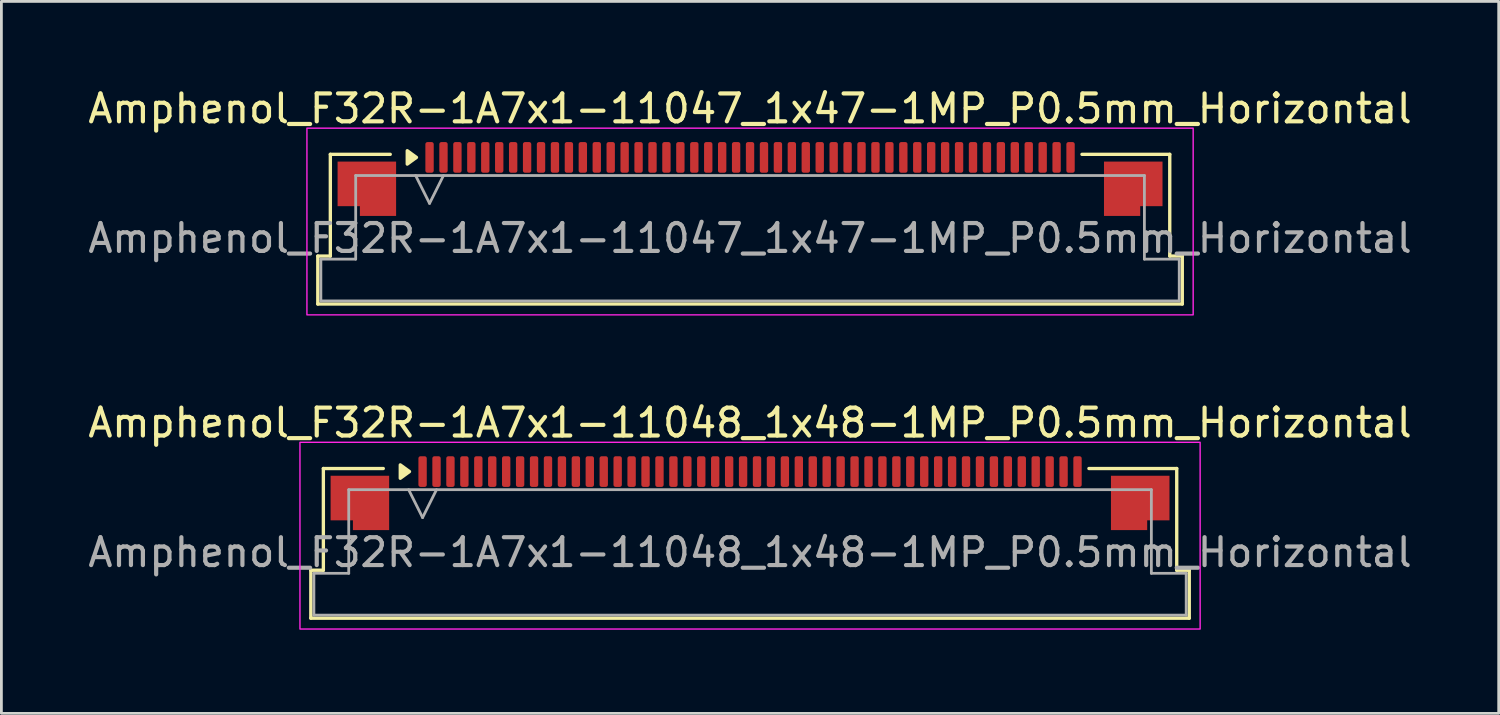
<source format=kicad_pcb>
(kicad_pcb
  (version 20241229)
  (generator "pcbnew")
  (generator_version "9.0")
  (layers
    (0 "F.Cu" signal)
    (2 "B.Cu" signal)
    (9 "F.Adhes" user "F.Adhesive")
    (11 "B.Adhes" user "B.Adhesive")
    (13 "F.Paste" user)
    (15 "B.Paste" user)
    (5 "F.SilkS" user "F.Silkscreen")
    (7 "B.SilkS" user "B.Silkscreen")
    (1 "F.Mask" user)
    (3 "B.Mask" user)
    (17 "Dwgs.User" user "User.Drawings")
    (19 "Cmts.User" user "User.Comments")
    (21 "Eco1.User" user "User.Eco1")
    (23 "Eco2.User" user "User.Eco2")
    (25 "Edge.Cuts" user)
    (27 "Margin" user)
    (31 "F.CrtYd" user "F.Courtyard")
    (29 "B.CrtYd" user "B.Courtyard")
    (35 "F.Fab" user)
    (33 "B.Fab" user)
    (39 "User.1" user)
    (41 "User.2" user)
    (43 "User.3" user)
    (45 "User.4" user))
  (footprint "Amphenol_F32R-1A7x1-11047_1x47-1MP_P0.5mm_Horizontal"
    (layer "F.Cu")
    (at 23.863 5.498)
    (property "Reference" "Amphenol_F32R-1A7x1-11047_1x47-1MP_P0.5mm_Horizontal" (at 0 -4.65 0) (layer "F.SilkS") (effects (font (size 1 1) (thickness 0.15))))
    (attr smd)
    (fp_line (start -15.51 0.64) (end -15.06 0.64) (stroke (width 0.12) (type solid)) (layer "F.SilkS"))
    (fp_line (start -15.51 2.36) (end -15.51 0.64) (stroke (width 0.12) (type solid)) (layer "F.SilkS"))
    (fp_line (start -15.06 -3.01) (end -12.91 -3.01) (stroke (width 0.12) (type solid)) (layer "F.SilkS"))
    (fp_line (start -15.06 0.64) (end -15.06 -3.01) (stroke (width 0.12) (type solid)) (layer "F.SilkS"))
    (fp_line (start 11.91 -3.01) (end 15.06 -3.01) (stroke (width 0.12) (type solid)) (layer "F.SilkS"))
    (fp_line (start 15.06 -3.01) (end 15.06 0.64) (stroke (width 0.12) (type solid)) (layer "F.SilkS"))
    (fp_line (start 15.06 0.64) (end 15.51 0.64) (stroke (width 0.12) (type solid)) (layer "F.SilkS"))
    (fp_line (start 15.51 0.64) (end 15.51 2.36) (stroke (width 0.12) (type solid)) (layer "F.SilkS"))
    (fp_line (start 15.51 2.36) (end -15.51 2.36) (stroke (width 0.12) (type solid)) (layer "F.SilkS"))
    (fp_poly (pts (xy -11.97 -2.9) (xy -12.3 -2.66) (xy -12.3 -3.14)) (stroke (width 0.12) (type solid)) (fill yes) (layer "F.SilkS"))
    (fp_rect (start -15.9 -3.95) (end 15.9 2.75) (stroke (width 0.05) (type solid)) (fill no) (layer "F.CrtYd"))
    (fp_line (start -15.4 0.75) (end -14.15 0.75) (stroke (width 0.1) (type solid)) (layer "F.Fab"))
    (fp_line (start -15.4 2.25) (end -15.4 0.75) (stroke (width 0.1) (type solid)) (layer "F.Fab"))
    (fp_line (start -14.15 -2.25) (end 14.15 -2.25) (stroke (width 0.1) (type solid)) (layer "F.Fab"))
    (fp_line (start -14.15 0.75) (end -14.15 -2.25) (stroke (width 0.1) (type solid)) (layer "F.Fab"))
    (fp_line (start -12 -2.25) (end -11.5 -1.25) (stroke (width 0.1) (type solid)) (layer "F.Fab"))
    (fp_line (start -11.5 -1.25) (end -11 -2.25) (stroke (width 0.1) (type solid)) (layer "F.Fab"))
    (fp_line (start 14.15 -2.25) (end 14.15 0.75) (stroke (width 0.1) (type solid)) (layer "F.Fab"))
    (fp_line (start 14.15 0.75) (end 15.4 0.75) (stroke (width 0.1) (type solid)) (layer "F.Fab"))
    (fp_line (start 15.4 0.75) (end 15.4 2.25) (stroke (width 0.1) (type solid)) (layer "F.Fab"))
    (fp_line (start 15.4 2.25) (end -15.4 2.25) (stroke (width 0.1) (type solid)) (layer "F.Fab"))
    (fp_text user "${REFERENCE}" (at 0 0 0) (layer "F.Fab") (effects (font (size 1 1) (thickness 0.15))))
    (pad "1" smd roundrect (at -11.5 -2.9) (size 0.3 1.1) (layers "F.Cu" "F.Mask" "F.Paste") (roundrect_rratio 0.25))
    (pad "2" smd roundrect (at -11 -2.9) (size 0.3 1.1) (layers "F.Cu" "F.Mask" "F.Paste") (roundrect_rratio 0.25))
    (pad "3" smd roundrect (at -10.5 -2.9) (size 0.3 1.1) (layers "F.Cu" "F.Mask" "F.Paste") (roundrect_rratio 0.25))
    (pad "4" smd roundrect (at -10 -2.9) (size 0.3 1.1) (layers "F.Cu" "F.Mask" "F.Paste") (roundrect_rratio 0.25))
    (pad "5" smd roundrect (at -9.5 -2.9) (size 0.3 1.1) (layers "F.Cu" "F.Mask" "F.Paste") (roundrect_rratio 0.25))
    (pad "6" smd roundrect (at -9 -2.9) (size 0.3 1.1) (layers "F.Cu" "F.Mask" "F.Paste") (roundrect_rratio 0.25))
    (pad "7" smd roundrect (at -8.5 -2.9) (size 0.3 1.1) (layers "F.Cu" "F.Mask" "F.Paste") (roundrect_rratio 0.25))
    (pad "8" smd roundrect (at -8 -2.9) (size 0.3 1.1) (layers "F.Cu" "F.Mask" "F.Paste") (roundrect_rratio 0.25))
    (pad "9" smd roundrect (at -7.5 -2.9) (size 0.3 1.1) (layers "F.Cu" "F.Mask" "F.Paste") (roundrect_rratio 0.25))
    (pad "10" smd roundrect (at -7 -2.9) (size 0.3 1.1) (layers "F.Cu" "F.Mask" "F.Paste") (roundrect_rratio 0.25))
    (pad "11" smd roundrect (at -6.5 -2.9) (size 0.3 1.1) (layers "F.Cu" "F.Mask" "F.Paste") (roundrect_rratio 0.25))
    (pad "12" smd roundrect (at -6 -2.9) (size 0.3 1.1) (layers "F.Cu" "F.Mask" "F.Paste") (roundrect_rratio 0.25))
    (pad "13" smd roundrect (at -5.5 -2.9) (size 0.3 1.1) (layers "F.Cu" "F.Mask" "F.Paste") (roundrect_rratio 0.25))
    (pad "14" smd roundrect (at -5 -2.9) (size 0.3 1.1) (layers "F.Cu" "F.Mask" "F.Paste") (roundrect_rratio 0.25))
    (pad "15" smd roundrect (at -4.5 -2.9) (size 0.3 1.1) (layers "F.Cu" "F.Mask" "F.Paste") (roundrect_rratio 0.25))
    (pad "16" smd roundrect (at -4 -2.9) (size 0.3 1.1) (layers "F.Cu" "F.Mask" "F.Paste") (roundrect_rratio 0.25))
    (pad "17" smd roundrect (at -3.5 -2.9) (size 0.3 1.1) (layers "F.Cu" "F.Mask" "F.Paste") (roundrect_rratio 0.25))
    (pad "18" smd roundrect (at -3 -2.9) (size 0.3 1.1) (layers "F.Cu" "F.Mask" "F.Paste") (roundrect_rratio 0.25))
    (pad "19" smd roundrect (at -2.5 -2.9) (size 0.3 1.1) (layers "F.Cu" "F.Mask" "F.Paste") (roundrect_rratio 0.25))
    (pad "20" smd roundrect (at -2 -2.9) (size 0.3 1.1) (layers "F.Cu" "F.Mask" "F.Paste") (roundrect_rratio 0.25))
    (pad "21" smd roundrect (at -1.5 -2.9) (size 0.3 1.1) (layers "F.Cu" "F.Mask" "F.Paste") (roundrect_rratio 0.25))
    (pad "22" smd roundrect (at -1 -2.9) (size 0.3 1.1) (layers "F.Cu" "F.Mask" "F.Paste") (roundrect_rratio 0.25))
    (pad "23" smd roundrect (at -0.5 -2.9) (size 0.3 1.1) (layers "F.Cu" "F.Mask" "F.Paste") (roundrect_rratio 0.25))
    (pad "24" smd roundrect (at 0 -2.9) (size 0.3 1.1) (layers "F.Cu" "F.Mask" "F.Paste") (roundrect_rratio 0.25))
    (pad "25" smd roundrect (at 0.5 -2.9) (size 0.3 1.1) (layers "F.Cu" "F.Mask" "F.Paste") (roundrect_rratio 0.25))
    (pad "26" smd roundrect (at 1 -2.9) (size 0.3 1.1) (layers "F.Cu" "F.Mask" "F.Paste") (roundrect_rratio 0.25))
    (pad "27" smd roundrect (at 1.5 -2.9) (size 0.3 1.1) (layers "F.Cu" "F.Mask" "F.Paste") (roundrect_rratio 0.25))
    (pad "28" smd roundrect (at 2 -2.9) (size 0.3 1.1) (layers "F.Cu" "F.Mask" "F.Paste") (roundrect_rratio 0.25))
    (pad "29" smd roundrect (at 2.5 -2.9) (size 0.3 1.1) (layers "F.Cu" "F.Mask" "F.Paste") (roundrect_rratio 0.25))
    (pad "30" smd roundrect (at 3 -2.9) (size 0.3 1.1) (layers "F.Cu" "F.Mask" "F.Paste") (roundrect_rratio 0.25))
    (pad "31" smd roundrect (at 3.5 -2.9) (size 0.3 1.1) (layers "F.Cu" "F.Mask" "F.Paste") (roundrect_rratio 0.25))
    (pad "32" smd roundrect (at 4 -2.9) (size 0.3 1.1) (layers "F.Cu" "F.Mask" "F.Paste") (roundrect_rratio 0.25))
    (pad "33" smd roundrect (at 4.5 -2.9) (size 0.3 1.1) (layers "F.Cu" "F.Mask" "F.Paste") (roundrect_rratio 0.25))
    (pad "34" smd roundrect (at 5 -2.9) (size 0.3 1.1) (layers "F.Cu" "F.Mask" "F.Paste") (roundrect_rratio 0.25))
    (pad "35" smd roundrect (at 5.5 -2.9) (size 0.3 1.1) (layers "F.Cu" "F.Mask" "F.Paste") (roundrect_rratio 0.25))
    (pad "36" smd roundrect (at 6 -2.9) (size 0.3 1.1) (layers "F.Cu" "F.Mask" "F.Paste") (roundrect_rratio 0.25))
    (pad "37" smd roundrect (at 6.5 -2.9) (size 0.3 1.1) (layers "F.Cu" "F.Mask" "F.Paste") (roundrect_rratio 0.25))
    (pad "38" smd roundrect (at 7 -2.9) (size 0.3 1.1) (layers "F.Cu" "F.Mask" "F.Paste") (roundrect_rratio 0.25))
    (pad "39" smd roundrect (at 7.5 -2.9) (size 0.3 1.1) (layers "F.Cu" "F.Mask" "F.Paste") (roundrect_rratio 0.25))
    (pad "40" smd roundrect (at 8 -2.9) (size 0.3 1.1) (layers "F.Cu" "F.Mask" "F.Paste") (roundrect_rratio 0.25))
    (pad "41" smd roundrect (at 8.5 -2.9) (size 0.3 1.1) (layers "F.Cu" "F.Mask" "F.Paste") (roundrect_rratio 0.25))
    (pad "42" smd roundrect (at 9 -2.9) (size 0.3 1.1) (layers "F.Cu" "F.Mask" "F.Paste") (roundrect_rratio 0.25))
    (pad "43" smd roundrect (at 9.5 -2.9) (size 0.3 1.1) (layers "F.Cu" "F.Mask" "F.Paste") (roundrect_rratio 0.25))
    (pad "44" smd roundrect (at 10 -2.9) (size 0.3 1.1) (layers "F.Cu" "F.Mask" "F.Paste") (roundrect_rratio 0.25))
    (pad "45" smd roundrect (at 10.5 -2.9) (size 0.3 1.1) (layers "F.Cu" "F.Mask" "F.Paste") (roundrect_rratio 0.25))
    (pad "46" smd roundrect (at 11 -2.9) (size 0.3 1.1) (layers "F.Cu" "F.Mask" "F.Paste") (roundrect_rratio 0.25))
    (pad "47" smd roundrect (at 11.5 -2.9) (size 0.3 1.1) (layers "F.Cu" "F.Mask" "F.Paste") (roundrect_rratio 0.25))
    (pad "MP" smd custom (at -13.75 -1.775) (size 1 1) (layers "F.Cu" "F.Mask" "F.Paste") (options (anchor circle)) (primitives (gr_poly (pts (xy 1.05 -0.975) (xy 1.05 0.975) (xy -0.25 0.975) (xy -0.25 0.625) (xy -1.05 0.625) (xy -1.05 -0.975)) (width 0) (fill yes))))
    (pad "MP" smd custom (at 13.75 -1.775) (size 1 1) (layers "F.Cu" "F.Mask" "F.Paste") (options (anchor circle)) (primitives (gr_poly (pts (xy -1.05 -0.975) (xy -1.05 0.975) (xy 0.25 0.975) (xy 0.25 0.625) (xy 1.05 0.625) (xy 1.05 -0.975)) (width 0) (fill yes)))))
  (footprint "Amphenol_F32R-1A7x1-11048_1x48-1MP_P0.5mm_Horizontal"
    (layer "F.Cu")
    (at 23.863 16.771)
    (property "Reference" "Amphenol_F32R-1A7x1-11048_1x48-1MP_P0.5mm_Horizontal" (at 0 -4.65 0) (layer "F.SilkS") (effects (font (size 1 1) (thickness 0.15))))
    (attr smd)
    (fp_line (start -15.76 0.64) (end -15.31 0.64) (stroke (width 0.12) (type solid)) (layer "F.SilkS"))
    (fp_line (start -15.76 2.36) (end -15.76 0.64) (stroke (width 0.12) (type solid)) (layer "F.SilkS"))
    (fp_line (start -15.31 -3.01) (end -13.16 -3.01) (stroke (width 0.12) (type solid)) (layer "F.SilkS"))
    (fp_line (start -15.31 0.64) (end -15.31 -3.01) (stroke (width 0.12) (type solid)) (layer "F.SilkS"))
    (fp_line (start 12.16 -3.01) (end 15.31 -3.01) (stroke (width 0.12) (type solid)) (layer "F.SilkS"))
    (fp_line (start 15.31 -3.01) (end 15.31 0.64) (stroke (width 0.12) (type solid)) (layer "F.SilkS"))
    (fp_line (start 15.31 0.64) (end 15.76 0.64) (stroke (width 0.12) (type solid)) (layer "F.SilkS"))
    (fp_line (start 15.76 0.64) (end 15.76 2.36) (stroke (width 0.12) (type solid)) (layer "F.SilkS"))
    (fp_line (start 15.76 2.36) (end -15.76 2.36) (stroke (width 0.12) (type solid)) (layer "F.SilkS"))
    (fp_poly (pts (xy -12.22 -2.9) (xy -12.55 -2.66) (xy -12.55 -3.14)) (stroke (width 0.12) (type solid)) (fill yes) (layer "F.SilkS"))
    (fp_rect (start -16.15 -3.95) (end 16.15 2.75) (stroke (width 0.05) (type solid)) (fill no) (layer "F.CrtYd"))
    (fp_line (start -15.65 0.75) (end -14.4 0.75) (stroke (width 0.1) (type solid)) (layer "F.Fab"))
    (fp_line (start -15.65 2.25) (end -15.65 0.75) (stroke (width 0.1) (type solid)) (layer "F.Fab"))
    (fp_line (start -14.4 -2.25) (end 14.4 -2.25) (stroke (width 0.1) (type solid)) (layer "F.Fab"))
    (fp_line (start -14.4 0.75) (end -14.4 -2.25) (stroke (width 0.1) (type solid)) (layer "F.Fab"))
    (fp_line (start -12.25 -2.25) (end -11.75 -1.25) (stroke (width 0.1) (type solid)) (layer "F.Fab"))
    (fp_line (start -11.75 -1.25) (end -11.25 -2.25) (stroke (width 0.1) (type solid)) (layer "F.Fab"))
    (fp_line (start 14.4 -2.25) (end 14.4 0.75) (stroke (width 0.1) (type solid)) (layer "F.Fab"))
    (fp_line (start 14.4 0.75) (end 15.65 0.75) (stroke (width 0.1) (type solid)) (layer "F.Fab"))
    (fp_line (start 15.65 0.75) (end 15.65 2.25) (stroke (width 0.1) (type solid)) (layer "F.Fab"))
    (fp_line (start 15.65 2.25) (end -15.65 2.25) (stroke (width 0.1) (type solid)) (layer "F.Fab"))
    (fp_text user "${REFERENCE}" (at 0 0 0) (layer "F.Fab") (effects (font (size 1 1) (thickness 0.15))))
    (pad "1" smd roundrect (at -11.75 -2.9) (size 0.3 1.1) (layers "F.Cu" "F.Mask" "F.Paste") (roundrect_rratio 0.25))
    (pad "2" smd roundrect (at -11.25 -2.9) (size 0.3 1.1) (layers "F.Cu" "F.Mask" "F.Paste") (roundrect_rratio 0.25))
    (pad "3" smd roundrect (at -10.75 -2.9) (size 0.3 1.1) (layers "F.Cu" "F.Mask" "F.Paste") (roundrect_rratio 0.25))
    (pad "4" smd roundrect (at -10.25 -2.9) (size 0.3 1.1) (layers "F.Cu" "F.Mask" "F.Paste") (roundrect_rratio 0.25))
    (pad "5" smd roundrect (at -9.75 -2.9) (size 0.3 1.1) (layers "F.Cu" "F.Mask" "F.Paste") (roundrect_rratio 0.25))
    (pad "6" smd roundrect (at -9.25 -2.9) (size 0.3 1.1) (layers "F.Cu" "F.Mask" "F.Paste") (roundrect_rratio 0.25))
    (pad "7" smd roundrect (at -8.75 -2.9) (size 0.3 1.1) (layers "F.Cu" "F.Mask" "F.Paste") (roundrect_rratio 0.25))
    (pad "8" smd roundrect (at -8.25 -2.9) (size 0.3 1.1) (layers "F.Cu" "F.Mask" "F.Paste") (roundrect_rratio 0.25))
    (pad "9" smd roundrect (at -7.75 -2.9) (size 0.3 1.1) (layers "F.Cu" "F.Mask" "F.Paste") (roundrect_rratio 0.25))
    (pad "10" smd roundrect (at -7.25 -2.9) (size 0.3 1.1) (layers "F.Cu" "F.Mask" "F.Paste") (roundrect_rratio 0.25))
    (pad "11" smd roundrect (at -6.75 -2.9) (size 0.3 1.1) (layers "F.Cu" "F.Mask" "F.Paste") (roundrect_rratio 0.25))
    (pad "12" smd roundrect (at -6.25 -2.9) (size 0.3 1.1) (layers "F.Cu" "F.Mask" "F.Paste") (roundrect_rratio 0.25))
    (pad "13" smd roundrect (at -5.75 -2.9) (size 0.3 1.1) (layers "F.Cu" "F.Mask" "F.Paste") (roundrect_rratio 0.25))
    (pad "14" smd roundrect (at -5.25 -2.9) (size 0.3 1.1) (layers "F.Cu" "F.Mask" "F.Paste") (roundrect_rratio 0.25))
    (pad "15" smd roundrect (at -4.75 -2.9) (size 0.3 1.1) (layers "F.Cu" "F.Mask" "F.Paste") (roundrect_rratio 0.25))
    (pad "16" smd roundrect (at -4.25 -2.9) (size 0.3 1.1) (layers "F.Cu" "F.Mask" "F.Paste") (roundrect_rratio 0.25))
    (pad "17" smd roundrect (at -3.75 -2.9) (size 0.3 1.1) (layers "F.Cu" "F.Mask" "F.Paste") (roundrect_rratio 0.25))
    (pad "18" smd roundrect (at -3.25 -2.9) (size 0.3 1.1) (layers "F.Cu" "F.Mask" "F.Paste") (roundrect_rratio 0.25))
    (pad "19" smd roundrect (at -2.75 -2.9) (size 0.3 1.1) (layers "F.Cu" "F.Mask" "F.Paste") (roundrect_rratio 0.25))
    (pad "20" smd roundrect (at -2.25 -2.9) (size 0.3 1.1) (layers "F.Cu" "F.Mask" "F.Paste") (roundrect_rratio 0.25))
    (pad "21" smd roundrect (at -1.75 -2.9) (size 0.3 1.1) (layers "F.Cu" "F.Mask" "F.Paste") (roundrect_rratio 0.25))
    (pad "22" smd roundrect (at -1.25 -2.9) (size 0.3 1.1) (layers "F.Cu" "F.Mask" "F.Paste") (roundrect_rratio 0.25))
    (pad "23" smd roundrect (at -0.75 -2.9) (size 0.3 1.1) (layers "F.Cu" "F.Mask" "F.Paste") (roundrect_rratio 0.25))
    (pad "24" smd roundrect (at -0.25 -2.9) (size 0.3 1.1) (layers "F.Cu" "F.Mask" "F.Paste") (roundrect_rratio 0.25))
    (pad "25" smd roundrect (at 0.25 -2.9) (size 0.3 1.1) (layers "F.Cu" "F.Mask" "F.Paste") (roundrect_rratio 0.25))
    (pad "26" smd roundrect (at 0.75 -2.9) (size 0.3 1.1) (layers "F.Cu" "F.Mask" "F.Paste") (roundrect_rratio 0.25))
    (pad "27" smd roundrect (at 1.25 -2.9) (size 0.3 1.1) (layers "F.Cu" "F.Mask" "F.Paste") (roundrect_rratio 0.25))
    (pad "28" smd roundrect (at 1.75 -2.9) (size 0.3 1.1) (layers "F.Cu" "F.Mask" "F.Paste") (roundrect_rratio 0.25))
    (pad "29" smd roundrect (at 2.25 -2.9) (size 0.3 1.1) (layers "F.Cu" "F.Mask" "F.Paste") (roundrect_rratio 0.25))
    (pad "30" smd roundrect (at 2.75 -2.9) (size 0.3 1.1) (layers "F.Cu" "F.Mask" "F.Paste") (roundrect_rratio 0.25))
    (pad "31" smd roundrect (at 3.25 -2.9) (size 0.3 1.1) (layers "F.Cu" "F.Mask" "F.Paste") (roundrect_rratio 0.25))
    (pad "32" smd roundrect (at 3.75 -2.9) (size 0.3 1.1) (layers "F.Cu" "F.Mask" "F.Paste") (roundrect_rratio 0.25))
    (pad "33" smd roundrect (at 4.25 -2.9) (size 0.3 1.1) (layers "F.Cu" "F.Mask" "F.Paste") (roundrect_rratio 0.25))
    (pad "34" smd roundrect (at 4.75 -2.9) (size 0.3 1.1) (layers "F.Cu" "F.Mask" "F.Paste") (roundrect_rratio 0.25))
    (pad "35" smd roundrect (at 5.25 -2.9) (size 0.3 1.1) (layers "F.Cu" "F.Mask" "F.Paste") (roundrect_rratio 0.25))
    (pad "36" smd roundrect (at 5.75 -2.9) (size 0.3 1.1) (layers "F.Cu" "F.Mask" "F.Paste") (roundrect_rratio 0.25))
    (pad "37" smd roundrect (at 6.25 -2.9) (size 0.3 1.1) (layers "F.Cu" "F.Mask" "F.Paste") (roundrect_rratio 0.25))
    (pad "38" smd roundrect (at 6.75 -2.9) (size 0.3 1.1) (layers "F.Cu" "F.Mask" "F.Paste") (roundrect_rratio 0.25))
    (pad "39" smd roundrect (at 7.25 -2.9) (size 0.3 1.1) (layers "F.Cu" "F.Mask" "F.Paste") (roundrect_rratio 0.25))
    (pad "40" smd roundrect (at 7.75 -2.9) (size 0.3 1.1) (layers "F.Cu" "F.Mask" "F.Paste") (roundrect_rratio 0.25))
    (pad "41" smd roundrect (at 8.25 -2.9) (size 0.3 1.1) (layers "F.Cu" "F.Mask" "F.Paste") (roundrect_rratio 0.25))
    (pad "42" smd roundrect (at 8.75 -2.9) (size 0.3 1.1) (layers "F.Cu" "F.Mask" "F.Paste") (roundrect_rratio 0.25))
    (pad "43" smd roundrect (at 9.25 -2.9) (size 0.3 1.1) (layers "F.Cu" "F.Mask" "F.Paste") (roundrect_rratio 0.25))
    (pad "44" smd roundrect (at 9.75 -2.9) (size 0.3 1.1) (layers "F.Cu" "F.Mask" "F.Paste") (roundrect_rratio 0.25))
    (pad "45" smd roundrect (at 10.25 -2.9) (size 0.3 1.1) (layers "F.Cu" "F.Mask" "F.Paste") (roundrect_rratio 0.25))
    (pad "46" smd roundrect (at 10.75 -2.9) (size 0.3 1.1) (layers "F.Cu" "F.Mask" "F.Paste") (roundrect_rratio 0.25))
    (pad "47" smd roundrect (at 11.25 -2.9) (size 0.3 1.1) (layers "F.Cu" "F.Mask" "F.Paste") (roundrect_rratio 0.25))
    (pad "48" smd roundrect (at 11.75 -2.9) (size 0.3 1.1) (layers "F.Cu" "F.Mask" "F.Paste") (roundrect_rratio 0.25))
    (pad "MP" smd custom (at -14 -1.775) (size 1 1) (layers "F.Cu" "F.Mask" "F.Paste") (options (anchor circle)) (primitives (gr_poly (pts (xy 1.05 -0.975) (xy 1.05 0.975) (xy -0.25 0.975) (xy -0.25 0.625) (xy -1.05 0.625) (xy -1.05 -0.975)) (width 0) (fill yes))))
    (pad "MP" smd custom (at 14 -1.775) (size 1 1) (layers "F.Cu" "F.Mask" "F.Paste") (options (anchor circle)) (primitives (gr_poly (pts (xy -1.05 -0.975) (xy -1.05 0.975) (xy 0.25 0.975) (xy 0.25 0.625) (xy 1.05 0.625) (xy 1.05 -0.975)) (width 0) (fill yes)))))
  (gr_rect
    (start -3 -3)
    (end 50.726 22.547)
    (stroke (width 0.1) (type default))
    (fill no)
    (layer "Edge.Cuts")))
</source>
